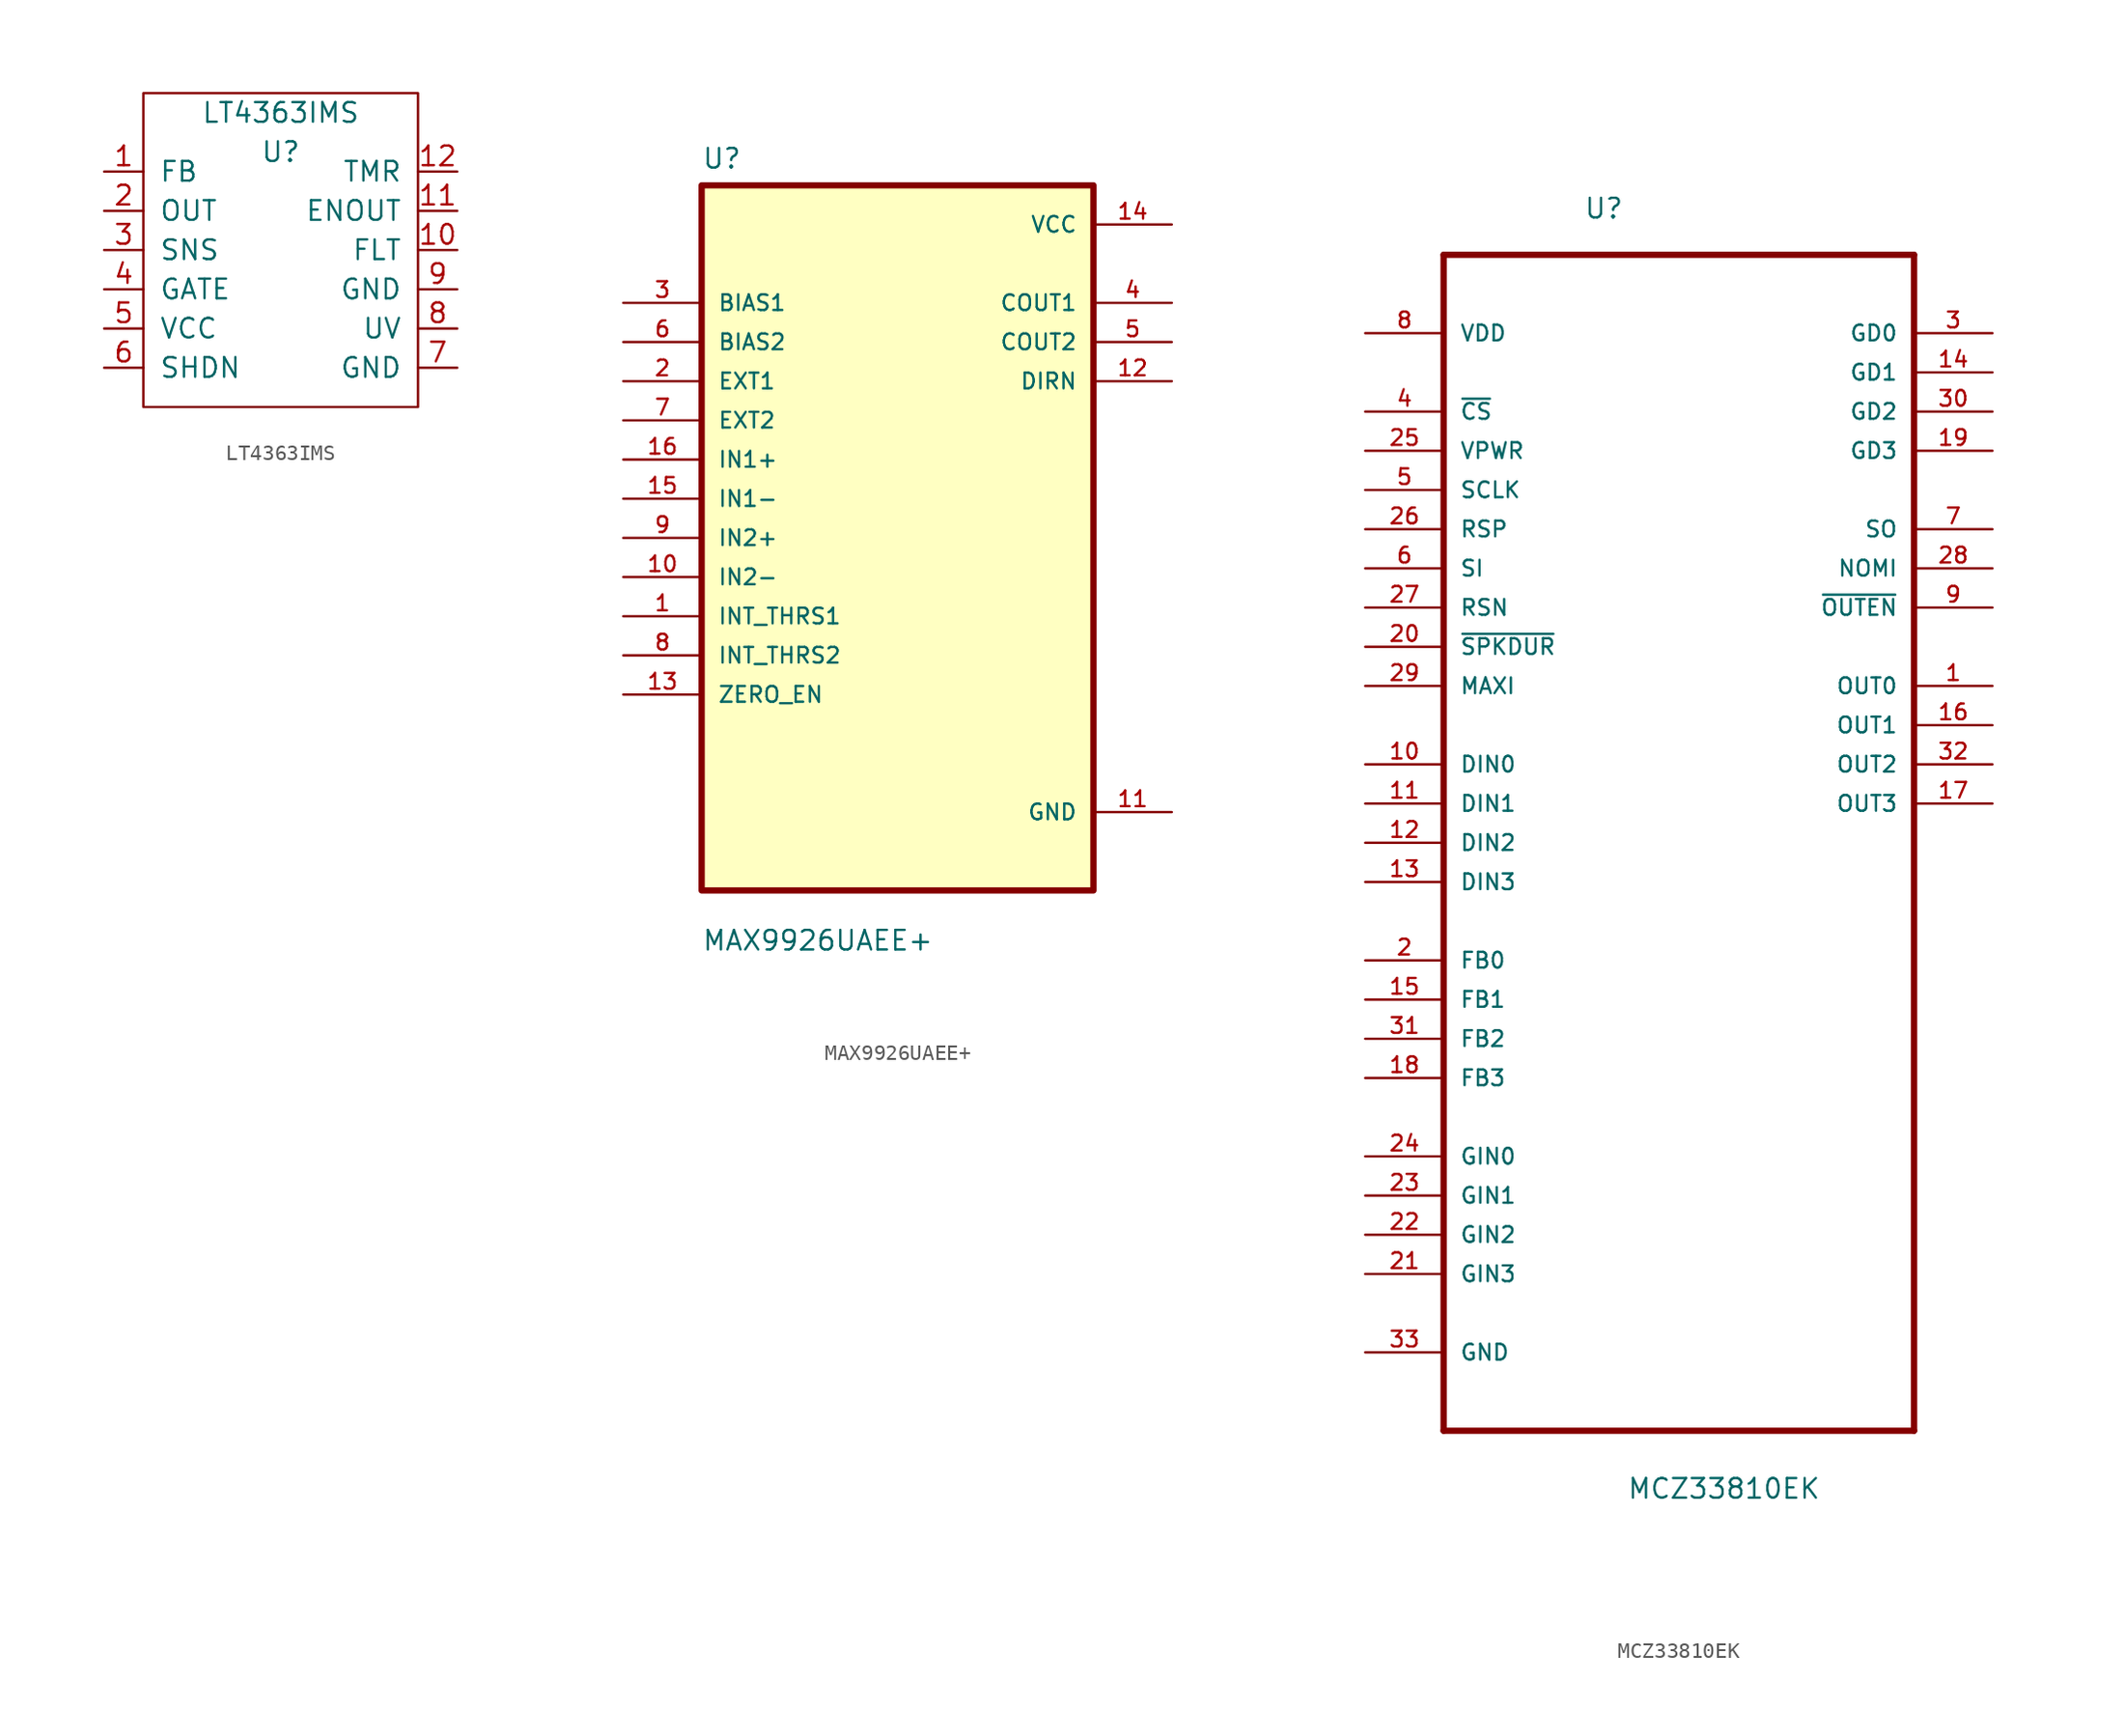
<source format=kicad_sym>
(kicad_symbol_lib
  (version 20211014)
  (generator kicad_symbol_editor)
  (symbol "LT4363IMS"
    (pin_names
      (offset 1.016))
    (property "Reference" "U"
      (at 0 2.54 0)
      (effects (font (size 1.27 1.27))))
    (property "Value" "LT4363IMS"
      (at 0 5.08 0)
      (effects (font (size 1.27 1.27))))
    (symbol "LT4363IMS_0_1"
      (rectangle (start -8.89 6.35) (end 8.89 -13.97) (stroke (width 0) (type default) (color 0 0 0 0)) (fill (type none))))
    (symbol "LT4363IMS_1_1"
      (pin input line (at -11.43 1.27 0) (length 2.54) (name "FB" (effects (font (size 1.27 1.27)))) (number "1" (effects (font (size 1.27 1.27)))))
      (pin input line (at 11.43 -3.81 180) (length 2.54) (name "FLT" (effects (font (size 1.27 1.27)))) (number "10" (effects (font (size 1.27 1.27)))))
      (pin input line (at 11.43 -1.27 180) (length 2.54) (name "ENOUT" (effects (font (size 1.27 1.27)))) (number "11" (effects (font (size 1.27 1.27)))))
      (pin input line (at 11.43 1.27 180) (length 2.54) (name "TMR" (effects (font (size 1.27 1.27)))) (number "12" (effects (font (size 1.27 1.27)))))
      (pin power_out line (at -11.43 -1.27 0) (length 2.54) (name "OUT" (effects (font (size 1.27 1.27)))) (number "2" (effects (font (size 1.27 1.27)))))
      (pin input line (at -11.43 -3.81 0) (length 2.54) (name "SNS" (effects (font (size 1.27 1.27)))) (number "3" (effects (font (size 1.27 1.27)))))
      (pin input line (at -11.43 -6.35 0) (length 2.54) (name "GATE" (effects (font (size 1.27 1.27)))) (number "4" (effects (font (size 1.27 1.27)))))
      (pin input line (at -11.43 -8.89 0) (length 2.54) (name "VCC" (effects (font (size 1.27 1.27)))) (number "5" (effects (font (size 1.27 1.27)))))
      (pin input line (at -11.43 -11.43 0) (length 2.54) (name "SHDN" (effects (font (size 1.27 1.27)))) (number "6" (effects (font (size 1.27 1.27)))))
      (pin input line (at 11.43 -11.43 180) (length 2.54) (name "GND" (effects (font (size 1.27 1.27)))) (number "7" (effects (font (size 1.27 1.27)))))
      (pin input line (at 11.43 -8.89 180) (length 2.54) (name "UV" (effects (font (size 1.27 1.27)))) (number "8" (effects (font (size 1.27 1.27)))))
      (pin input line (at 11.43 -6.35 180) (length 2.54) (name "GND" (effects (font (size 1.27 1.27)))) (number "9" (effects (font (size 1.27 1.27)))))))
  (symbol "MAX9926UAEE+"
    (pin_names
      (offset 1.016))
    (property "Reference" "U"
      (at -12.7 23.851 0)
      (effects (font (size 1.27 1.27)) (justify left bottom)))
    (property "Value" "MAX9926UAEE+"
      (at -12.7 -26.848 0)
      (effects (font (size 1.27 1.27)) (justify left bottom)))
    (symbol "MAX9926UAEE+_0_0"
      (rectangle (start -12.7 -22.86) (end 12.7 22.86) (stroke (width 0.406) (type default) (color 0 0 0 0)) (fill (type background)))
      (pin input line (at -17.78 -5.08 0) (length 5.08) (name "INT_THRS1" (effects (font (size 1.016 1.016)))) (number "1" (effects (font (size 1.016 1.016)))))
      (pin input line (at -17.78 -2.54 0) (length 5.08) (name "IN2-" (effects (font (size 1.016 1.016)))) (number "10" (effects (font (size 1.016 1.016)))))
      (pin power_in line (at 17.78 -17.78 180) (length 5.08) (name "GND" (effects (font (size 1.016 1.016)))) (number "11" (effects (font (size 1.016 1.016)))))
      (pin output line (at 17.78 10.16 180) (length 5.08) (name "DIRN" (effects (font (size 1.016 1.016)))) (number "12" (effects (font (size 1.016 1.016)))))
      (pin input line (at -17.78 -10.16 0) (length 5.08) (name "ZERO_EN" (effects (font (size 1.016 1.016)))) (number "13" (effects (font (size 1.016 1.016)))))
      (pin power_in line (at 17.78 20.32 180) (length 5.08) (name "VCC" (effects (font (size 1.016 1.016)))) (number "14" (effects (font (size 1.016 1.016)))))
      (pin input line (at -17.78 2.54 0) (length 5.08) (name "IN1-" (effects (font (size 1.016 1.016)))) (number "15" (effects (font (size 1.016 1.016)))))
      (pin input line (at -17.78 5.08 0) (length 5.08) (name "IN1+" (effects (font (size 1.016 1.016)))) (number "16" (effects (font (size 1.016 1.016)))))
      (pin input line (at -17.78 10.16 0) (length 5.08) (name "EXT1" (effects (font (size 1.016 1.016)))) (number "2" (effects (font (size 1.016 1.016)))))
      (pin input line (at -17.78 15.24 0) (length 5.08) (name "BIAS1" (effects (font (size 1.016 1.016)))) (number "3" (effects (font (size 1.016 1.016)))))
      (pin output line (at 17.78 15.24 180) (length 5.08) (name "COUT1" (effects (font (size 1.016 1.016)))) (number "4" (effects (font (size 1.016 1.016)))))
      (pin output line (at 17.78 12.7 180) (length 5.08) (name "COUT2" (effects (font (size 1.016 1.016)))) (number "5" (effects (font (size 1.016 1.016)))))
      (pin input line (at -17.78 12.7 0) (length 5.08) (name "BIAS2" (effects (font (size 1.016 1.016)))) (number "6" (effects (font (size 1.016 1.016)))))
      (pin input line (at -17.78 7.62 0) (length 5.08) (name "EXT2" (effects (font (size 1.016 1.016)))) (number "7" (effects (font (size 1.016 1.016)))))
      (pin input line (at -17.78 -7.62 0) (length 5.08) (name "INT_THRS2" (effects (font (size 1.016 1.016)))) (number "8" (effects (font (size 1.016 1.016)))))
      (pin input line (at -17.78 0 0) (length 5.08) (name "IN2+" (effects (font (size 1.016 1.016)))) (number "9" (effects (font (size 1.016 1.016)))))))
  (symbol "MCZ33810EK"
    (pin_names
      (offset 1.016))
    (property "Reference" "U"
      (at -6.172 37.821 0)
      (effects (font (size 1.27 1.27)) (justify left bottom)))
    (property "Value" "MCZ33810EK"
      (at -3.378 -45.136 0)
      (effects (font (size 1.27 1.27)) (justify left bottom)))
    (property "ki_locked" ""
      (at 0 0 0)
      (effects (font (size 1.27 1.27))))
    (symbol "MCZ33810EK_0_0"
      (polyline (pts (xy -15.24 -40.64) (xy 15.24 -40.64)) (stroke (width 0.406) (type default) (color 0 0 0 0)) (fill (type none)))
      (polyline (pts (xy -15.24 35.56) (xy -15.24 -40.64)) (stroke (width 0.406) (type default) (color 0 0 0 0)) (fill (type none)))
      (polyline (pts (xy 15.24 -40.64) (xy 15.24 35.56)) (stroke (width 0.406) (type default) (color 0 0 0 0)) (fill (type none)))
      (polyline (pts (xy 15.24 35.56) (xy -15.24 35.56)) (stroke (width 0.406) (type default) (color 0 0 0 0)) (fill (type none)))
      (pin output line (at 20.32 7.62 180) (length 5.08) (name "OUT0" (effects (font (size 1.016 1.016)))) (number "1" (effects (font (size 1.016 1.016)))))
      (pin input line (at -20.32 2.54 0) (length 5.08) (name "DIN0" (effects (font (size 1.016 1.016)))) (number "10" (effects (font (size 1.016 1.016)))))
      (pin input line (at -20.32 0 0) (length 5.08) (name "DIN1" (effects (font (size 1.016 1.016)))) (number "11" (effects (font (size 1.016 1.016)))))
      (pin input line (at -20.32 -2.54 0) (length 5.08) (name "DIN2" (effects (font (size 1.016 1.016)))) (number "12" (effects (font (size 1.016 1.016)))))
      (pin input line (at -20.32 -5.08 0) (length 5.08) (name "DIN3" (effects (font (size 1.016 1.016)))) (number "13" (effects (font (size 1.016 1.016)))))
      (pin output line (at 20.32 27.94 180) (length 5.08) (name "GD1" (effects (font (size 1.016 1.016)))) (number "14" (effects (font (size 1.016 1.016)))))
      (pin input line (at -20.32 -12.7 0) (length 5.08) (name "FB1" (effects (font (size 1.016 1.016)))) (number "15" (effects (font (size 1.016 1.016)))))
      (pin output line (at 20.32 5.08 180) (length 5.08) (name "OUT1" (effects (font (size 1.016 1.016)))) (number "16" (effects (font (size 1.016 1.016)))))
      (pin output line (at 20.32 0 180) (length 5.08) (name "OUT3" (effects (font (size 1.016 1.016)))) (number "17" (effects (font (size 1.016 1.016)))))
      (pin input line (at -20.32 -17.78 0) (length 5.08) (name "FB3" (effects (font (size 1.016 1.016)))) (number "18" (effects (font (size 1.016 1.016)))))
      (pin output line (at 20.32 22.86 180) (length 5.08) (name "GD3" (effects (font (size 1.016 1.016)))) (number "19" (effects (font (size 1.016 1.016)))))
      (pin input line (at -20.32 -10.16 0) (length 5.08) (name "FB0" (effects (font (size 1.016 1.016)))) (number "2" (effects (font (size 1.016 1.016)))))
      (pin input line (at -20.32 10.16 0) (length 5.08) (name "~{SPKDUR}" (effects (font (size 1.016 1.016)))) (number "20" (effects (font (size 1.016 1.016)))))
      (pin input line (at -20.32 -30.48 0) (length 5.08) (name "GIN3" (effects (font (size 1.016 1.016)))) (number "21" (effects (font (size 1.016 1.016)))))
      (pin input line (at -20.32 -27.94 0) (length 5.08) (name "GIN2" (effects (font (size 1.016 1.016)))) (number "22" (effects (font (size 1.016 1.016)))))
      (pin input line (at -20.32 -25.4 0) (length 5.08) (name "GIN1" (effects (font (size 1.016 1.016)))) (number "23" (effects (font (size 1.016 1.016)))))
      (pin input line (at -20.32 -22.86 0) (length 5.08) (name "GIN0" (effects (font (size 1.016 1.016)))) (number "24" (effects (font (size 1.016 1.016)))))
      (pin input line (at -20.32 22.86 0) (length 5.08) (name "VPWR" (effects (font (size 1.016 1.016)))) (number "25" (effects (font (size 1.016 1.016)))))
      (pin input line (at -20.32 17.78 0) (length 5.08) (name "RSP" (effects (font (size 1.016 1.016)))) (number "26" (effects (font (size 1.016 1.016)))))
      (pin input line (at -20.32 12.7 0) (length 5.08) (name "RSN" (effects (font (size 1.016 1.016)))) (number "27" (effects (font (size 1.016 1.016)))))
      (pin output line (at 20.32 15.24 180) (length 5.08) (name "NOMI" (effects (font (size 1.016 1.016)))) (number "28" (effects (font (size 1.016 1.016)))))
      (pin input line (at -20.32 7.62 0) (length 5.08) (name "MAXI" (effects (font (size 1.016 1.016)))) (number "29" (effects (font (size 1.016 1.016)))))
      (pin output line (at 20.32 30.48 180) (length 5.08) (name "GD0" (effects (font (size 1.016 1.016)))) (number "3" (effects (font (size 1.016 1.016)))))
      (pin output line (at 20.32 25.4 180) (length 5.08) (name "GD2" (effects (font (size 1.016 1.016)))) (number "30" (effects (font (size 1.016 1.016)))))
      (pin input line (at -20.32 -15.24 0) (length 5.08) (name "FB2" (effects (font (size 1.016 1.016)))) (number "31" (effects (font (size 1.016 1.016)))))
      (pin output line (at 20.32 2.54 180) (length 5.08) (name "OUT2" (effects (font (size 1.016 1.016)))) (number "32" (effects (font (size 1.016 1.016)))))
      (pin passive line (at -20.32 -35.56 0) (length 5.08) (name "GND" (effects (font (size 1.016 1.016)))) (number "33" (effects (font (size 1.016 1.016)))))
      (pin input line (at -20.32 25.4 0) (length 5.08) (name "~{CS}" (effects (font (size 1.016 1.016)))) (number "4" (effects (font (size 1.016 1.016)))))
      (pin input line (at -20.32 20.32 0) (length 5.08) (name "SCLK" (effects (font (size 1.016 1.016)))) (number "5" (effects (font (size 1.016 1.016)))))
      (pin input line (at -20.32 15.24 0) (length 5.08) (name "SI" (effects (font (size 1.016 1.016)))) (number "6" (effects (font (size 1.016 1.016)))))
      (pin output line (at 20.32 17.78 180) (length 5.08) (name "SO" (effects (font (size 1.016 1.016)))) (number "7" (effects (font (size 1.016 1.016)))))
      (pin power_in line (at -20.32 30.48 0) (length 5.08) (name "VDD" (effects (font (size 1.016 1.016)))) (number "8" (effects (font (size 1.016 1.016)))))
      (pin output line (at 20.32 12.7 180) (length 5.08) (name "~{OUTEN}" (effects (font (size 1.016 1.016)))) (number "9" (effects (font (size 1.016 1.016))))))))
</source>
